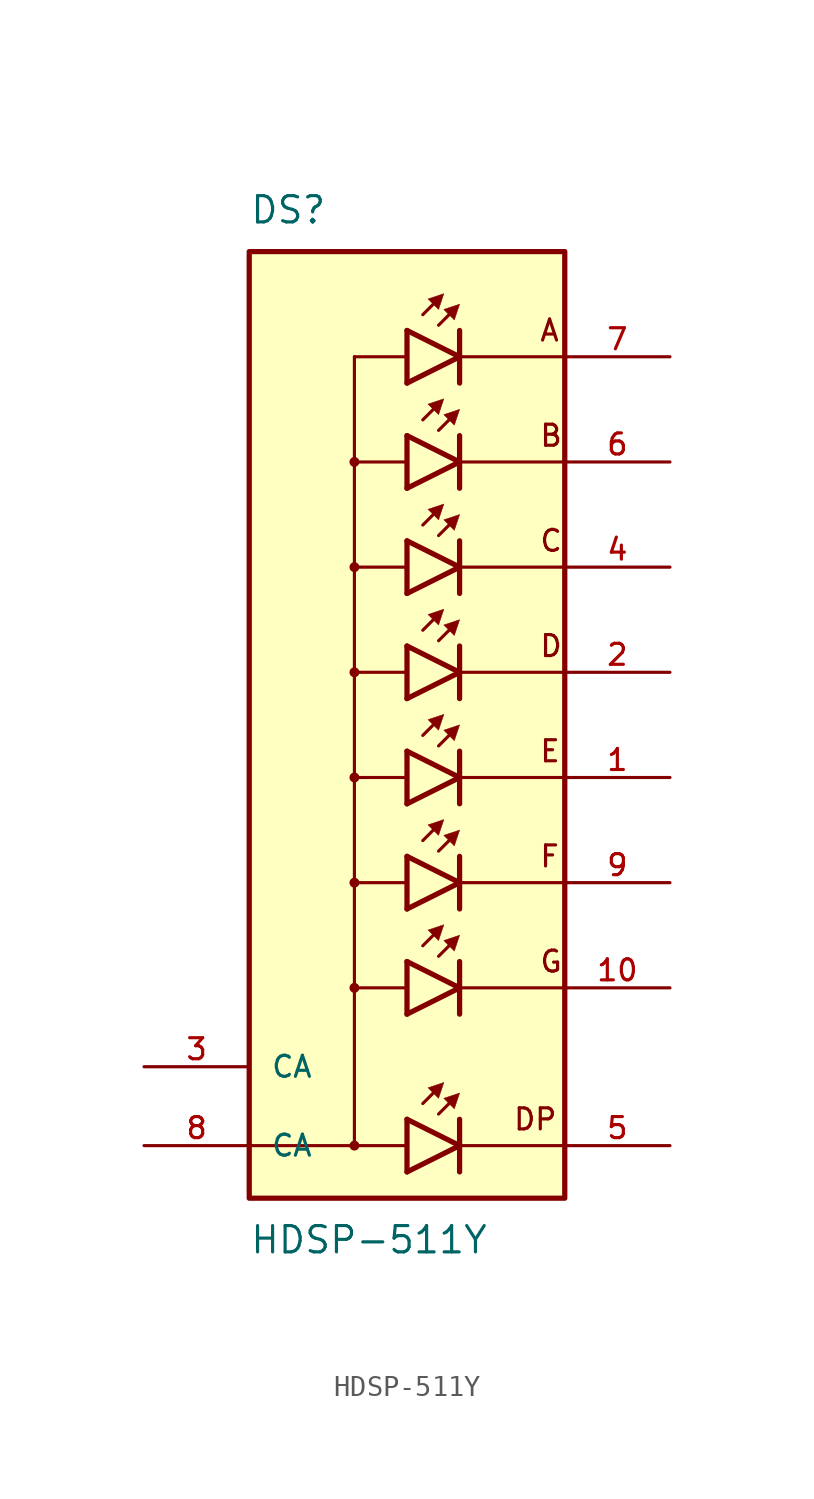
<source format=kicad_sym>
(kicad_symbol_lib
  (version 20220914)
  (generator kicad_symbol_editor)
  (symbol "HDSP-511Y"
    (pin_names
      (offset 1.016))
    (property "Reference" "DS"
      (at -7.62 24.13 0)
      (effects (font (size 1.27 1.27)) (justify left bottom)))
    (property "Value" "HDSP-511Y"
      (at -7.62 -24.13 0)
      (effects (font (size 1.27 1.27)) (justify left top)))
    (symbol "HDSP-511Y_0_0"
      (rectangle (start -7.62 -22.86) (end 7.62 22.86) (stroke (width 0.254) (type default)) (fill (type background)))
      (circle (center -2.54 -20.32) (radius 0.152) (stroke (width 0.178) (type default)) (fill (type none)))
      (circle (center -2.54 -12.7) (radius 0.152) (stroke (width 0.178) (type default)) (fill (type none)))
      (circle (center -2.54 -7.62) (radius 0.152) (stroke (width 0.178) (type default)) (fill (type none)))
      (circle (center -2.54 -2.54) (radius 0.152) (stroke (width 0.178) (type default)) (fill (type none)))
      (circle (center -2.54 2.54) (radius 0.152) (stroke (width 0.178) (type default)) (fill (type none)))
      (circle (center -2.54 7.62) (radius 0.152) (stroke (width 0.178) (type default)) (fill (type none)))
      (circle (center -2.54 12.7) (radius 0.152) (stroke (width 0.178) (type default)) (fill (type none)))
      (polyline (pts (xy -2.54 -20.32) (xy -7.62 -20.32)) (stroke (width 0.152) (type default)) (fill (type none)))
      (polyline (pts (xy -2.54 17.78) (xy -2.54 -20.32)) (stroke (width 0.152) (type default)) (fill (type none)))
      (polyline (pts (xy 0 -21.59) (xy 2.54 -20.32)) (stroke (width 0.254) (type default)) (fill (type none)))
      (polyline (pts (xy 0 -20.32) (xy -2.54 -20.32)) (stroke (width 0.152) (type default)) (fill (type none)))
      (polyline (pts (xy 0 -19.05) (xy 0 -21.59)) (stroke (width 0.254) (type default)) (fill (type none)))
      (polyline (pts (xy 0 -13.97) (xy 2.54 -12.7)) (stroke (width 0.254) (type default)) (fill (type none)))
      (polyline (pts (xy 0 -12.7) (xy -2.54 -12.7)) (stroke (width 0.152) (type default)) (fill (type none)))
      (polyline (pts (xy 0 -11.43) (xy 0 -13.97)) (stroke (width 0.254) (type default)) (fill (type none)))
      (polyline (pts (xy 0 -8.89) (xy 2.54 -7.62)) (stroke (width 0.254) (type default)) (fill (type none)))
      (polyline (pts (xy 0 -7.62) (xy -2.54 -7.62)) (stroke (width 0.152) (type default)) (fill (type none)))
      (polyline (pts (xy 0 -6.35) (xy 0 -8.89)) (stroke (width 0.254) (type default)) (fill (type none)))
      (polyline (pts (xy 0 -3.81) (xy 2.54 -2.54)) (stroke (width 0.254) (type default)) (fill (type none)))
      (polyline (pts (xy 0 -2.54) (xy -2.54 -2.54)) (stroke (width 0.152) (type default)) (fill (type none)))
      (polyline (pts (xy 0 -1.27) (xy 0 -3.81)) (stroke (width 0.254) (type default)) (fill (type none)))
      (polyline (pts (xy 0 1.27) (xy 2.54 2.54)) (stroke (width 0.254) (type default)) (fill (type none)))
      (polyline (pts (xy 0 2.54) (xy -2.54 2.54)) (stroke (width 0.152) (type default)) (fill (type none)))
      (polyline (pts (xy 0 3.81) (xy 0 1.27)) (stroke (width 0.254) (type default)) (fill (type none)))
      (polyline (pts (xy 0 6.35) (xy 2.54 7.62)) (stroke (width 0.254) (type default)) (fill (type none)))
      (polyline (pts (xy 0 7.62) (xy -2.54 7.62)) (stroke (width 0.152) (type default)) (fill (type none)))
      (polyline (pts (xy 0 8.89) (xy 0 6.35)) (stroke (width 0.254) (type default)) (fill (type none)))
      (polyline (pts (xy 0 11.43) (xy 2.54 12.7)) (stroke (width 0.254) (type default)) (fill (type none)))
      (polyline (pts (xy 0 12.7) (xy -2.54 12.7)) (stroke (width 0.152) (type default)) (fill (type none)))
      (polyline (pts (xy 0 13.97) (xy 0 11.43)) (stroke (width 0.254) (type default)) (fill (type none)))
      (polyline (pts (xy 0 16.51) (xy 2.54 17.78)) (stroke (width 0.254) (type default)) (fill (type none)))
      (polyline (pts (xy 0 17.78) (xy -2.54 17.78)) (stroke (width 0.152) (type default)) (fill (type none)))
      (polyline (pts (xy 0 19.05) (xy 0 16.51)) (stroke (width 0.254) (type default)) (fill (type none)))
      (polyline (pts (xy 0.762 -18.288) (xy 1.27 -17.78)) (stroke (width 0.152) (type default)) (fill (type none)))
      (polyline (pts (xy 0.762 -10.668) (xy 1.27 -10.16)) (stroke (width 0.152) (type default)) (fill (type none)))
      (polyline (pts (xy 0.762 -5.588) (xy 1.27 -5.08)) (stroke (width 0.152) (type default)) (fill (type none)))
      (polyline (pts (xy 0.762 -0.508) (xy 1.27 0)) (stroke (width 0.152) (type default)) (fill (type none)))
      (polyline (pts (xy 0.762 4.572) (xy 1.27 5.08)) (stroke (width 0.152) (type default)) (fill (type none)))
      (polyline (pts (xy 0.762 9.652) (xy 1.27 10.16)) (stroke (width 0.152) (type default)) (fill (type none)))
      (polyline (pts (xy 0.762 14.732) (xy 1.27 15.24)) (stroke (width 0.152) (type default)) (fill (type none)))
      (polyline (pts (xy 0.762 19.812) (xy 1.27 20.32)) (stroke (width 0.152) (type default)) (fill (type none)))
      (polyline (pts (xy 1.524 -18.796) (xy 2.032 -18.288)) (stroke (width 0.152) (type default)) (fill (type none)))
      (polyline (pts (xy 1.524 -11.176) (xy 2.032 -10.668)) (stroke (width 0.152) (type default)) (fill (type none)))
      (polyline (pts (xy 1.524 -6.096) (xy 2.032 -5.588)) (stroke (width 0.152) (type default)) (fill (type none)))
      (polyline (pts (xy 1.524 -1.016) (xy 2.032 -0.508)) (stroke (width 0.152) (type default)) (fill (type none)))
      (polyline (pts (xy 1.524 4.064) (xy 2.032 4.572)) (stroke (width 0.152) (type default)) (fill (type none)))
      (polyline (pts (xy 1.524 9.144) (xy 2.032 9.652)) (stroke (width 0.152) (type default)) (fill (type none)))
      (polyline (pts (xy 1.524 14.224) (xy 2.032 14.732)) (stroke (width 0.152) (type default)) (fill (type none)))
      (polyline (pts (xy 1.524 19.304) (xy 2.032 19.812)) (stroke (width 0.152) (type default)) (fill (type none)))
      (polyline (pts (xy 2.54 -20.32) (xy 0 -19.05)) (stroke (width 0.254) (type default)) (fill (type none)))
      (polyline (pts (xy 2.54 -20.32) (xy 2.54 -21.59)) (stroke (width 0.254) (type default)) (fill (type none)))
      (polyline (pts (xy 2.54 -19.05) (xy 2.54 -20.32)) (stroke (width 0.254) (type default)) (fill (type none)))
      (polyline (pts (xy 2.54 -12.7) (xy 0 -11.43)) (stroke (width 0.254) (type default)) (fill (type none)))
      (polyline (pts (xy 2.54 -12.7) (xy 2.54 -13.97)) (stroke (width 0.254) (type default)) (fill (type none)))
      (polyline (pts (xy 2.54 -11.43) (xy 2.54 -12.7)) (stroke (width 0.254) (type default)) (fill (type none)))
      (polyline (pts (xy 2.54 -7.62) (xy 0 -6.35)) (stroke (width 0.254) (type default)) (fill (type none)))
      (polyline (pts (xy 2.54 -7.62) (xy 2.54 -8.89)) (stroke (width 0.254) (type default)) (fill (type none)))
      (polyline (pts (xy 2.54 -6.35) (xy 2.54 -7.62)) (stroke (width 0.254) (type default)) (fill (type none)))
      (polyline (pts (xy 2.54 -2.54) (xy 0 -1.27)) (stroke (width 0.254) (type default)) (fill (type none)))
      (polyline (pts (xy 2.54 -2.54) (xy 2.54 -3.81)) (stroke (width 0.254) (type default)) (fill (type none)))
      (polyline (pts (xy 2.54 -1.27) (xy 2.54 -2.54)) (stroke (width 0.254) (type default)) (fill (type none)))
      (polyline (pts (xy 2.54 2.54) (xy 0 3.81)) (stroke (width 0.254) (type default)) (fill (type none)))
      (polyline (pts (xy 2.54 2.54) (xy 2.54 1.27)) (stroke (width 0.254) (type default)) (fill (type none)))
      (polyline (pts (xy 2.54 3.81) (xy 2.54 2.54)) (stroke (width 0.254) (type default)) (fill (type none)))
      (polyline (pts (xy 2.54 7.62) (xy 0 8.89)) (stroke (width 0.254) (type default)) (fill (type none)))
      (polyline (pts (xy 2.54 7.62) (xy 2.54 6.35)) (stroke (width 0.254) (type default)) (fill (type none)))
      (polyline (pts (xy 2.54 8.89) (xy 2.54 7.62)) (stroke (width 0.254) (type default)) (fill (type none)))
      (polyline (pts (xy 2.54 12.7) (xy 0 13.97)) (stroke (width 0.254) (type default)) (fill (type none)))
      (polyline (pts (xy 2.54 12.7) (xy 2.54 11.43)) (stroke (width 0.254) (type default)) (fill (type none)))
      (polyline (pts (xy 2.54 13.97) (xy 2.54 12.7)) (stroke (width 0.254) (type default)) (fill (type none)))
      (polyline (pts (xy 2.54 17.78) (xy 0 19.05)) (stroke (width 0.254) (type default)) (fill (type none)))
      (polyline (pts (xy 2.54 17.78) (xy 2.54 16.51)) (stroke (width 0.254) (type default)) (fill (type none)))
      (polyline (pts (xy 2.54 19.05) (xy 2.54 17.78)) (stroke (width 0.254) (type default)) (fill (type none)))
      (polyline (pts (xy 7.62 -20.32) (xy 2.54 -20.32)) (stroke (width 0.152) (type default)) (fill (type none)))
      (polyline (pts (xy 7.62 -12.7) (xy 2.54 -12.7)) (stroke (width 0.152) (type default)) (fill (type none)))
      (polyline (pts (xy 7.62 -7.62) (xy 2.54 -7.62)) (stroke (width 0.152) (type default)) (fill (type none)))
      (polyline (pts (xy 7.62 -2.54) (xy 2.54 -2.54)) (stroke (width 0.152) (type default)) (fill (type none)))
      (polyline (pts (xy 7.62 2.54) (xy 2.54 2.54)) (stroke (width 0.152) (type default)) (fill (type none)))
      (polyline (pts (xy 7.62 7.62) (xy 2.54 7.62)) (stroke (width 0.152) (type default)) (fill (type none)))
      (polyline (pts (xy 7.62 12.7) (xy 2.54 12.7)) (stroke (width 0.152) (type default)) (fill (type none)))
      (polyline (pts (xy 7.62 17.78) (xy 2.54 17.78)) (stroke (width 0.152) (type default)) (fill (type none)))
      (polyline (pts (xy 1.016 -17.526) (xy 1.524 -18.034) (xy 1.778 -17.272) (xy 1.016 -17.526)) (stroke (width 0.025) (type default)) (fill (type outline)))
      (polyline (pts (xy 1.016 -9.906) (xy 1.524 -10.414) (xy 1.778 -9.652) (xy 1.016 -9.906)) (stroke (width 0.025) (type default)) (fill (type outline)))
      (polyline (pts (xy 1.016 -4.826) (xy 1.524 -5.334) (xy 1.778 -4.572) (xy 1.016 -4.826)) (stroke (width 0.025) (type default)) (fill (type outline)))
      (polyline (pts (xy 1.016 0.254) (xy 1.524 -0.254) (xy 1.778 0.508) (xy 1.016 0.254)) (stroke (width 0.025) (type default)) (fill (type outline)))
      (polyline (pts (xy 1.016 5.334) (xy 1.524 4.826) (xy 1.778 5.588) (xy 1.016 5.334)) (stroke (width 0.025) (type default)) (fill (type outline)))
      (polyline (pts (xy 1.016 10.414) (xy 1.524 9.906) (xy 1.778 10.668) (xy 1.016 10.414)) (stroke (width 0.025) (type default)) (fill (type outline)))
      (polyline (pts (xy 1.016 15.494) (xy 1.524 14.986) (xy 1.778 15.748) (xy 1.016 15.494)) (stroke (width 0.025) (type default)) (fill (type outline)))
      (polyline (pts (xy 1.016 20.574) (xy 1.524 20.066) (xy 1.778 20.828) (xy 1.016 20.574)) (stroke (width 0.025) (type default)) (fill (type outline)))
      (polyline (pts (xy 1.778 -18.034) (xy 2.286 -18.542) (xy 2.54 -17.78) (xy 1.778 -18.034)) (stroke (width 0.025) (type default)) (fill (type outline)))
      (polyline (pts (xy 1.778 -10.414) (xy 2.286 -10.922) (xy 2.54 -10.16) (xy 1.778 -10.414)) (stroke (width 0.025) (type default)) (fill (type outline)))
      (polyline (pts (xy 1.778 -5.334) (xy 2.286 -5.842) (xy 2.54 -5.08) (xy 1.778 -5.334)) (stroke (width 0.025) (type default)) (fill (type outline)))
      (polyline (pts (xy 1.778 -0.254) (xy 2.286 -0.762) (xy 2.54 0) (xy 1.778 -0.254)) (stroke (width 0.025) (type default)) (fill (type outline)))
      (polyline (pts (xy 1.778 4.826) (xy 2.286 4.318) (xy 2.54 5.08) (xy 1.778 4.826)) (stroke (width 0.025) (type default)) (fill (type outline)))
      (polyline (pts (xy 1.778 9.906) (xy 2.286 9.398) (xy 2.54 10.16) (xy 1.778 9.906)) (stroke (width 0.025) (type default)) (fill (type outline)))
      (polyline (pts (xy 1.778 14.986) (xy 2.286 14.478) (xy 2.54 15.24) (xy 1.778 14.986)) (stroke (width 0.025) (type default)) (fill (type outline)))
      (polyline (pts (xy 1.778 20.066) (xy 2.286 19.558) (xy 2.54 20.32) (xy 1.778 20.066)) (stroke (width 0.025) (type default)) (fill (type outline)))
      (text "A" (at 6.35 19.05 0) (effects (font (size 1.016 1.016)) (justify left)))
      (text "B" (at 6.35 13.97 0) (effects (font (size 1.016 1.016)) (justify left)))
      (text "C" (at 6.35 8.89 0) (effects (font (size 1.016 1.016)) (justify left)))
      (text "D" (at 6.35 3.81 0) (effects (font (size 1.016 1.016)) (justify left)))
      (text "DP" (at 5.08 -19.05 0) (effects (font (size 1.016 1.016)) (justify left)))
      (text "E" (at 6.35 -1.27 0) (effects (font (size 1.016 1.016)) (justify left)))
      (text "F" (at 6.35 -6.35 0) (effects (font (size 1.016 1.016)) (justify left)))
      (text "G" (at 6.35 -11.43 0) (effects (font (size 1.016 1.016)) (justify left)))
      (pin passive line (at 12.7 -2.54 180) (length 5.08) (name "~" (effects (font (size 1.016 1.016)))) (number "1" (effects (font (size 1.016 1.016)))))
      (pin passive line (at 12.7 -12.7 180) (length 5.08) (name "~" (effects (font (size 1.016 1.016)))) (number "10" (effects (font (size 1.016 1.016)))))
      (pin passive line (at 12.7 2.54 180) (length 5.08) (name "~" (effects (font (size 1.016 1.016)))) (number "2" (effects (font (size 1.016 1.016)))))
      (pin passive line (at 12.7 7.62 180) (length 5.08) (name "~" (effects (font (size 1.016 1.016)))) (number "4" (effects (font (size 1.016 1.016)))))
      (pin passive line (at 12.7 -20.32 180) (length 5.08) (name "~" (effects (font (size 1.016 1.016)))) (number "5" (effects (font (size 1.016 1.016)))))
      (pin passive line (at 12.7 12.7 180) (length 5.08) (name "~" (effects (font (size 1.016 1.016)))) (number "6" (effects (font (size 1.016 1.016)))))
      (pin passive line (at 12.7 -7.62 180) (length 5.08) (name "~" (effects (font (size 1.016 1.016)))) (number "9" (effects (font (size 1.016 1.016))))))
    (symbol "HDSP-511Y_1_0"
      (pin input line (at -12.7 -16.51 0) (length 5.08) (name "CA" (effects (font (size 1.016 1.016)))) (number "3" (effects (font (size 1.016 1.016)))))
      (pin passive line (at 12.7 17.78 180) (length 5.08) (name "~" (effects (font (size 1.016 1.016)))) (number "7" (effects (font (size 1.016 1.016)))))
      (pin input line (at -12.7 -20.32 0) (length 5.08) (name "CA" (effects (font (size 1.016 1.016)))) (number "8" (effects (font (size 1.016 1.016))))))))
</source>
